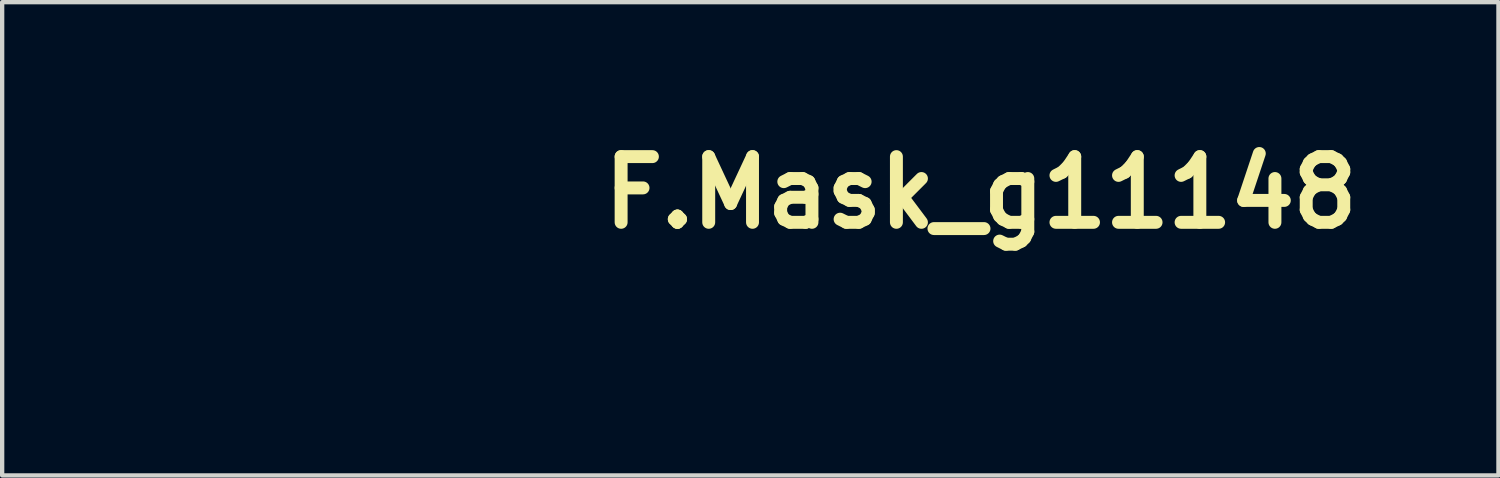
<source format=kicad_pcb>
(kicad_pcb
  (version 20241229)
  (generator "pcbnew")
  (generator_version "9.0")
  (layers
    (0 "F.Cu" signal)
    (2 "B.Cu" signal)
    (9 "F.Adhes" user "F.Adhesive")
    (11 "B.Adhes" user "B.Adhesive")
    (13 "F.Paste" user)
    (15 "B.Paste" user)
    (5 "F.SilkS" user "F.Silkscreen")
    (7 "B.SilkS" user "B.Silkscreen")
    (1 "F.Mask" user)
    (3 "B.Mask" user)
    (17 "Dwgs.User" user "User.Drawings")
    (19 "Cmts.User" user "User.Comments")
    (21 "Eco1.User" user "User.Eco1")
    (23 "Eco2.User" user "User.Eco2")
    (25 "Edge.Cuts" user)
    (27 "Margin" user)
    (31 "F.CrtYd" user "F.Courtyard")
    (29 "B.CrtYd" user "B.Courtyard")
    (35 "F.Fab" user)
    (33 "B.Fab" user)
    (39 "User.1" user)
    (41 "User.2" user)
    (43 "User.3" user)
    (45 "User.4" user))
  (footprint "F.Mask_g11148"
    (layer "F.Cu")
    (at 19.705 1.418)
    (property "Reference" "F.Mask_g11148" (at 0 0 0) (layer "F.SilkS") (effects (font (size 1.524 1.524) (thickness 0.3))))
    (attr through_hole)
    (fp_poly (pts (xy -19.504 -0.099) (xy -19.453 -0.064) (xy -19.381 0.006) (xy -19.35 0.07) (xy -19.361 0.13) (xy -19.413 0.188) (xy -19.438 0.206) (xy -19.522 0.247) (xy -19.596 0.246) (xy -19.66 0.205) (xy -19.66 0.205) (xy -19.699 0.135) (xy -19.7 0.052) (xy -19.665 -0.035) (xy -19.617 -0.096) (xy -19.565 -0.117) (xy -19.504 -0.099)) (stroke (width 0.01) (type solid)) (fill yes) (layer "F.Mask"))
    (fp_poly (pts (xy -18.969 0.097) (xy -18.935 0.167) (xy -18.931 0.183) (xy -18.928 0.23) (xy -18.945 0.272) (xy -18.988 0.325) (xy -18.99 0.326) (xy -19.067 0.39) (xy -19.143 0.416) (xy -19.213 0.403) (xy -19.239 0.387) (xy -19.289 0.346) (xy -19.251 0.231) (xy -19.226 0.156) (xy -19.203 0.111) (xy -19.175 0.085) (xy -19.133 0.071) (xy -19.105 0.064) (xy -19.026 0.062) (xy -18.969 0.097)) (stroke (width 0.01) (type solid)) (fill yes) (layer "F.Mask"))
    (fp_poly (pts (xy -18.39 -0.071) (xy -18.343 -0.053) (xy -18.321 -0.022) (xy -18.313 0.03) (xy -18.313 0.123) (xy -18.333 0.188) (xy -18.379 0.237) (xy -18.402 0.252) (xy -18.457 0.284) (xy -18.495 0.293) (xy -18.531 0.283) (xy -18.553 0.272) (xy -18.619 0.222) (xy -18.645 0.164) (xy -18.63 0.099) (xy -18.575 0.023) (xy -18.554 0.001) (xy -18.5 -0.049) (xy -18.463 -0.075) (xy -18.43 -0.08) (xy -18.39 -0.071)) (stroke (width 0.01) (type solid)) (fill yes) (layer "F.Mask"))
    (fp_poly (pts (xy -19.119 -0.412) (xy -19.1 -0.398) (xy -19.09 -0.356) (xy -19.089 -0.288) (xy -19.095 -0.211) (xy -19.108 -0.14) (xy -19.125 -0.092) (xy -19.126 -0.09) (xy -19.174 -0.05) (xy -19.237 -0.043) (xy -19.305 -0.07) (xy -19.348 -0.104) (xy -19.387 -0.151) (xy -19.408 -0.19) (xy -19.41 -0.198) (xy -19.397 -0.245) (xy -19.365 -0.306) (xy -19.324 -0.363) (xy -19.286 -0.4) (xy -19.282 -0.403) (xy -19.229 -0.419) (xy -19.168 -0.422) (xy -19.119 -0.412)) (stroke (width 0.01) (type solid)) (fill yes) (layer "F.Mask"))
    (fp_poly (pts (xy -18.708 -0.384) (xy -18.664 -0.34) (xy -18.627 -0.283) (xy -18.607 -0.227) (xy -18.605 -0.214) (xy -18.625 -0.149) (xy -18.679 -0.089) (xy -18.759 -0.044) (xy -18.76 -0.044) (xy -18.824 -0.024) (xy -18.869 -0.027) (xy -18.916 -0.053) (xy -18.917 -0.053) (xy -18.963 -0.105) (xy -18.991 -0.172) (xy -18.995 -0.239) (xy -18.982 -0.274) (xy -18.944 -0.312) (xy -18.882 -0.353) (xy -18.814 -0.386) (xy -18.756 -0.402) (xy -18.749 -0.402) (xy -18.708 -0.384)) (stroke (width 0.01) (type solid)) (fill yes) (layer "F.Mask"))
    (fp_poly (pts (xy 1.594 0.198) (xy 1.6 0.2) (xy 1.658 0.214) (xy 1.643 0.595) (xy 1.636 0.777) (xy 1.629 0.92) (xy 1.622 1.03) (xy 1.615 1.111) (xy 1.606 1.166) (xy 1.595 1.201) (xy 1.581 1.22) (xy 1.565 1.227) (xy 1.557 1.228) (xy 1.506 1.216) (xy 1.462 1.193) (xy 1.412 1.158) (xy 1.427 0.81) (xy 1.436 0.626) (xy 1.447 0.481) (xy 1.459 0.37) (xy 1.475 0.29) (xy 1.495 0.236) (xy 1.521 0.206) (xy 1.554 0.194) (xy 1.594 0.198)) (stroke (width 0.01) (type solid)) (fill yes) (layer "F.Mask"))
    (fp_poly (pts (xy -4.343 0.002) (xy -4.314 0.017) (xy -4.303 0.041) (xy -4.306 0.086) (xy -4.311 0.122) (xy -4.318 0.186) (xy -4.324 0.278) (xy -4.327 0.384) (xy -4.327 0.455) (xy -4.324 0.572) (xy -4.316 0.671) (xy -4.299 0.769) (xy -4.272 0.882) (xy -4.257 0.939) (xy -4.231 1.038) (xy -4.212 1.123) (xy -4.201 1.187) (xy -4.199 1.219) (xy -4.199 1.219) (xy -4.225 1.235) (xy -4.278 1.245) (xy -4.343 1.248) (xy -4.405 1.244) (xy -4.44 1.235) (xy -4.448 1.222) (xy -4.454 1.187) (xy -4.459 1.127) (xy -4.463 1.039) (xy -4.465 0.918) (xy -4.466 0.76) (xy -4.466 0.623) (xy -4.466 0.447) (xy -4.465 0.309) (xy -4.464 0.203) (xy -4.461 0.126) (xy -4.457 0.073) (xy -4.451 0.038) (xy -4.444 0.017) (xy -4.434 0.006) (xy -4.429 0.003) (xy -4.377 -0.005) (xy -4.343 0.002)) (stroke (width 0.01) (type solid)) (fill yes) (layer "F.Mask"))
    (fp_poly (pts (xy 1.023 0.258) (xy 1.097 0.261) (xy 1.148 0.267) (xy 1.181 0.277) (xy 1.199 0.286) (xy 1.239 0.326) (xy 1.247 0.366) (xy 1.228 0.391) (xy 1.197 0.402) (xy 1.138 0.414) (xy 1.085 0.424) (xy 1.019 0.436) (xy 0.97 0.452) (xy 0.935 0.477) (xy 0.912 0.518) (xy 0.898 0.58) (xy 0.892 0.669) (xy 0.889 0.791) (xy 0.889 0.891) (xy 0.889 1.249) (xy 0.839 1.249) (xy 0.787 1.235) (xy 0.759 1.214) (xy 0.747 1.185) (xy 0.737 1.13) (xy 0.73 1.045) (xy 0.725 0.924) (xy 0.724 0.845) (xy 0.72 0.711) (xy 0.715 0.612) (xy 0.705 0.541) (xy 0.687 0.493) (xy 0.658 0.461) (xy 0.616 0.438) (xy 0.556 0.416) (xy 0.527 0.407) (xy 0.461 0.383) (xy 0.426 0.361) (xy 0.414 0.334) (xy 0.413 0.318) (xy 0.413 0.265) (xy 0.781 0.259) (xy 0.92 0.257) (xy 1.023 0.258)) (stroke (width 0.01) (type solid)) (fill yes) (layer "F.Mask"))
    (fp_poly (pts (xy -11.885 0.255) (xy -11.78 0.257) (xy -11.704 0.261) (xy -11.653 0.268) (xy -11.62 0.278) (xy -11.604 0.287) (xy -11.566 0.328) (xy -11.559 0.368) (xy -11.578 0.391) (xy -11.609 0.402) (xy -11.667 0.414) (xy -11.721 0.424) (xy -11.787 0.436) (xy -11.836 0.452) (xy -11.871 0.477) (xy -11.894 0.518) (xy -11.908 0.58) (xy -11.914 0.669) (xy -11.917 0.791) (xy -11.917 0.891) (xy -11.917 1.249) (xy -11.969 1.249) (xy -12.021 1.231) (xy -12.053 1.202) (xy -12.067 1.174) (xy -12.076 1.131) (xy -12.082 1.066) (xy -12.085 0.972) (xy -12.086 0.843) (xy -12.086 0.838) (xy -12.087 0.704) (xy -12.091 0.605) (xy -12.101 0.536) (xy -12.12 0.488) (xy -12.152 0.456) (xy -12.198 0.434) (xy -12.262 0.413) (xy -12.27 0.411) (xy -12.349 0.379) (xy -12.401 0.34) (xy -12.421 0.298) (xy -12.414 0.275) (xy -12.389 0.267) (xy -12.327 0.261) (xy -12.233 0.257) (xy -12.112 0.254) (xy -12.026 0.254) (xy -11.885 0.255)) (stroke (width 0.01) (type solid)) (fill yes) (layer "F.Mask"))
    (fp_poly (pts (xy 2.671 0.314) (xy 2.715 0.337) (xy 2.747 0.369) (xy 2.752 0.385) (xy 2.743 0.413) (xy 2.718 0.471) (xy 2.681 0.553) (xy 2.635 0.652) (xy 2.584 0.76) (xy 2.531 0.87) (xy 2.479 0.976) (xy 2.431 1.071) (xy 2.392 1.147) (xy 2.364 1.197) (xy 2.354 1.212) (xy 2.321 1.243) (xy 2.292 1.244) (xy 2.273 1.233) (xy 2.254 1.209) (xy 2.218 1.154) (xy 2.17 1.076) (xy 2.113 0.981) (xy 2.051 0.875) (xy 1.988 0.765) (xy 1.928 0.659) (xy 1.875 0.562) (xy 1.832 0.481) (xy 1.803 0.424) (xy 1.793 0.397) (xy 1.805 0.352) (xy 1.824 0.332) (xy 1.852 0.322) (xy 1.88 0.33) (xy 1.913 0.361) (xy 1.956 0.421) (xy 2.012 0.513) (xy 2.024 0.533) (xy 2.097 0.653) (xy 2.155 0.737) (xy 2.203 0.792) (xy 2.245 0.819) (xy 2.274 0.826) (xy 2.306 0.821) (xy 2.336 0.803) (xy 2.368 0.767) (xy 2.406 0.706) (xy 2.454 0.617) (xy 2.494 0.537) (xy 2.54 0.45) (xy 2.581 0.378) (xy 2.614 0.329) (xy 2.632 0.311) (xy 2.671 0.314)) (stroke (width 0.01) (type solid)) (fill yes) (layer "F.Mask"))
    (fp_poly (pts (xy -8.623 0.212) (xy -8.547 0.215) (xy -8.496 0.222) (xy -8.48 0.229) (xy -8.477 0.257) (xy -8.508 0.28) (xy -8.576 0.302) (xy -8.666 0.319) (xy -8.774 0.341) (xy -8.847 0.369) (xy -8.889 0.408) (xy -8.908 0.462) (xy -8.911 0.505) (xy -8.904 0.567) (xy -8.878 0.612) (xy -8.825 0.647) (xy -8.744 0.679) (xy -8.688 0.704) (xy -8.652 0.73) (xy -8.647 0.742) (xy -8.666 0.764) (xy -8.716 0.789) (xy -8.757 0.803) (xy -8.824 0.826) (xy -8.876 0.85) (xy -8.893 0.862) (xy -8.908 0.894) (xy -8.924 0.957) (xy -8.938 1.038) (xy -8.941 1.062) (xy -8.957 1.159) (xy -8.974 1.218) (xy -8.996 1.241) (xy -9.023 1.232) (xy -9.043 1.212) (xy -9.055 1.193) (xy -9.063 1.161) (xy -9.07 1.111) (xy -9.075 1.038) (xy -9.079 0.935) (xy -9.082 0.798) (xy -9.083 0.72) (xy -9.085 0.584) (xy -9.084 0.462) (xy -9.083 0.36) (xy -9.079 0.285) (xy -9.075 0.244) (xy -9.073 0.238) (xy -9.048 0.229) (xy -8.989 0.221) (xy -8.908 0.215) (xy -8.813 0.212) (xy -8.715 0.21) (xy -8.623 0.212)) (stroke (width 0.01) (type solid)) (fill yes) (layer "F.Mask"))
    (fp_poly (pts (xy -3.426 0.26) (xy -3.334 0.264) (xy -3.272 0.27) (xy -3.252 0.274) (xy -3.206 0.304) (xy -3.195 0.341) (xy -3.216 0.377) (xy -3.263 0.407) (xy -3.331 0.422) (xy -3.355 0.423) (xy -3.438 0.439) (xy -3.504 0.482) (xy -3.533 0.522) (xy -3.542 0.564) (xy -3.549 0.642) (xy -3.554 0.75) (xy -3.556 0.881) (xy -3.556 0.911) (xy -3.556 1.038) (xy -3.558 1.129) (xy -3.561 1.189) (xy -3.567 1.225) (xy -3.576 1.243) (xy -3.589 1.248) (xy -3.593 1.249) (xy -3.641 1.239) (xy -3.657 1.231) (xy -3.684 1.198) (xy -3.704 1.135) (xy -3.717 1.04) (xy -3.724 0.909) (xy -3.725 0.789) (xy -3.726 0.675) (xy -3.728 0.595) (xy -3.733 0.541) (xy -3.742 0.507) (xy -3.756 0.483) (xy -3.771 0.467) (xy -3.825 0.433) (xy -3.89 0.411) (xy -3.893 0.41) (xy -3.978 0.389) (xy -4.025 0.361) (xy -4.04 0.323) (xy -4.039 0.311) (xy -4.035 0.294) (xy -4.025 0.282) (xy -4.003 0.273) (xy -3.962 0.267) (xy -3.897 0.264) (xy -3.802 0.261) (xy -3.67 0.259) (xy -3.67 0.259) (xy -3.541 0.258) (xy -3.426 0.26)) (stroke (width 0.01) (type solid)) (fill yes) (layer "F.Mask"))
    (fp_poly (pts (xy -2.562 0.241) (xy -2.482 0.252) (xy -2.424 0.268) (xy -2.395 0.289) (xy -2.4 0.312) (xy -2.427 0.321) (xy -2.486 0.33) (xy -2.564 0.338) (xy -2.587 0.34) (xy -2.675 0.348) (xy -2.732 0.359) (xy -2.77 0.375) (xy -2.8 0.402) (xy -2.808 0.41) (xy -2.849 0.485) (xy -2.852 0.562) (xy -2.82 0.633) (xy -2.758 0.69) (xy -2.687 0.72) (xy -2.626 0.745) (xy -2.607 0.773) (xy -2.629 0.803) (xy -2.683 0.827) (xy -2.774 0.869) (xy -2.826 0.924) (xy -2.838 0.992) (xy -2.815 1.059) (xy -2.775 1.094) (xy -2.704 1.123) (xy -2.614 1.14) (xy -2.551 1.143) (xy -2.476 1.15) (xy -2.43 1.168) (xy -2.418 1.195) (xy -2.422 1.204) (xy -2.449 1.215) (xy -2.507 1.222) (xy -2.587 1.227) (xy -2.679 1.229) (xy -2.774 1.228) (xy -2.862 1.224) (xy -2.933 1.218) (xy -2.978 1.208) (xy -2.988 1.201) (xy -2.99 1.173) (xy -2.992 1.109) (xy -2.994 1.016) (xy -2.995 0.9) (xy -2.995 0.769) (xy -2.995 0.72) (xy -2.995 0.265) (xy -2.868 0.248) (xy -2.762 0.238) (xy -2.658 0.236) (xy -2.562 0.241)) (stroke (width 0.01) (type solid)) (fill yes) (layer "F.Mask"))
    (fp_poly (pts (xy -13.195 0.213) (xy -13.161 0.248) (xy -13.117 0.313) (xy -13.07 0.397) (xy -13.012 0.502) (xy -12.968 0.574) (xy -12.933 0.62) (xy -12.901 0.645) (xy -12.868 0.655) (xy -12.847 0.656) (xy -12.799 0.648) (xy -12.766 0.621) (xy -12.744 0.568) (xy -12.729 0.482) (xy -12.724 0.418) (xy -12.717 0.332) (xy -12.709 0.281) (xy -12.698 0.254) (xy -12.679 0.245) (xy -12.658 0.243) (xy -12.605 0.243) (xy -12.61 0.738) (xy -12.613 0.927) (xy -12.617 1.074) (xy -12.624 1.179) (xy -12.632 1.242) (xy -12.639 1.262) (xy -12.683 1.289) (xy -12.735 1.276) (xy -12.792 1.224) (xy -12.8 1.214) (xy -12.872 1.122) (xy -12.926 1.059) (xy -12.968 1.02) (xy -13.002 1.001) (xy -13.035 0.995) (xy -13.038 0.995) (xy -13.092 1.005) (xy -13.128 1.039) (xy -13.15 1.104) (xy -13.158 1.15) (xy -13.167 1.213) (xy -13.178 1.241) (xy -13.198 1.243) (xy -13.231 1.227) (xy -13.244 1.217) (xy -13.254 1.202) (xy -13.262 1.174) (xy -13.266 1.129) (xy -13.269 1.061) (xy -13.271 0.965) (xy -13.271 0.835) (xy -13.271 0.749) (xy -13.27 0.563) (xy -13.265 0.418) (xy -13.257 0.312) (xy -13.243 0.244) (xy -13.222 0.211) (xy -13.195 0.213)) (stroke (width 0.01) (type solid)) (fill yes) (layer "F.Mask"))
    (fp_poly (pts (xy -7.225 2.209) (xy -7.101 2.212) (xy -6.941 2.219) (xy -6.819 2.226) (xy -6.729 2.237) (xy -6.668 2.251) (xy -6.629 2.269) (xy -6.61 2.294) (xy -6.604 2.326) (xy -6.604 2.328) (xy -6.617 2.367) (xy -6.658 2.395) (xy -6.734 2.416) (xy -6.796 2.425) (xy -6.904 2.447) (xy -6.988 2.48) (xy -7.039 2.52) (xy -7.042 2.524) (xy -7.047 2.552) (xy -7.053 2.616) (xy -7.059 2.71) (xy -7.064 2.826) (xy -7.068 2.959) (xy -7.07 3.027) (xy -7.073 3.186) (xy -7.077 3.308) (xy -7.083 3.397) (xy -7.091 3.457) (xy -7.102 3.492) (xy -7.119 3.509) (xy -7.141 3.51) (xy -7.171 3.5) (xy -7.19 3.493) (xy -7.22 3.476) (xy -7.243 3.452) (xy -7.26 3.415) (xy -7.27 3.358) (xy -7.277 3.276) (xy -7.28 3.164) (xy -7.281 3.016) (xy -7.281 2.995) (xy -7.282 2.844) (xy -7.285 2.73) (xy -7.29 2.647) (xy -7.297 2.589) (xy -7.308 2.551) (xy -7.312 2.542) (xy -7.366 2.481) (xy -7.453 2.433) (xy -7.558 2.405) (xy -7.644 2.379) (xy -7.694 2.335) (xy -7.71 2.287) (xy -7.709 2.255) (xy -7.691 2.236) (xy -7.646 2.224) (xy -7.609 2.217) (xy -7.554 2.212) (xy -7.466 2.209) (xy -7.353 2.208) (xy -7.225 2.209)) (stroke (width 0.01) (type solid)) (fill yes) (layer "F.Mask"))
    (fp_poly (pts (xy -1.298 0.234) (xy -1.264 0.271) (xy -1.22 0.339) (xy -1.165 0.434) (xy -1.113 0.526) (xy -1.074 0.588) (xy -1.045 0.625) (xy -1.018 0.644) (xy -0.989 0.651) (xy -0.983 0.652) (xy -0.925 0.648) (xy -0.885 0.622) (xy -0.86 0.566) (xy -0.846 0.477) (xy -0.842 0.412) (xy -0.839 0.328) (xy -0.833 0.278) (xy -0.822 0.252) (xy -0.803 0.241) (xy -0.775 0.236) (xy -0.714 0.23) (xy -0.723 0.741) (xy -0.727 0.906) (xy -0.73 1.034) (xy -0.735 1.129) (xy -0.74 1.196) (xy -0.747 1.239) (xy -0.756 1.263) (xy -0.763 1.271) (xy -0.812 1.289) (xy -0.864 1.274) (xy -0.871 1.269) (xy -0.902 1.24) (xy -0.941 1.188) (xy -0.961 1.155) (xy -1.026 1.067) (xy -1.092 1.014) (xy -1.155 0.994) (xy -1.21 1.009) (xy -1.251 1.059) (xy -1.273 1.142) (xy -1.274 1.152) (xy -1.287 1.217) (xy -1.313 1.243) (xy -1.35 1.228) (xy -1.363 1.217) (xy -1.377 1.195) (xy -1.387 1.159) (xy -1.393 1.103) (xy -1.395 1.018) (xy -1.395 0.914) (xy -1.392 0.785) (xy -1.388 0.645) (xy -1.383 0.515) (xy -1.379 0.434) (xy -1.372 0.337) (xy -1.365 0.275) (xy -1.355 0.241) (xy -1.342 0.225) (xy -1.324 0.222) (xy -1.298 0.234)) (stroke (width 0.01) (type solid)) (fill yes) (layer "F.Mask"))
    (fp_poly (pts (xy -13.616 0.238) (xy -13.538 0.25) (xy -13.495 0.271) (xy -13.487 0.293) (xy -13.5 0.312) (xy -13.532 0.325) (xy -13.594 0.334) (xy -13.657 0.34) (xy -13.748 0.349) (xy -13.809 0.362) (xy -13.851 0.383) (xy -13.874 0.402) (xy -13.92 0.47) (xy -13.929 0.548) (xy -13.901 0.622) (xy -13.863 0.665) (xy -13.812 0.7) (xy -13.768 0.719) (xy -13.761 0.72) (xy -13.718 0.733) (xy -13.683 0.763) (xy -13.674 0.786) (xy -13.692 0.801) (xy -13.737 0.821) (xy -13.753 0.827) (xy -13.839 0.863) (xy -13.888 0.91) (xy -13.906 0.972) (xy -13.906 0.987) (xy -13.895 1.045) (xy -13.858 1.087) (xy -13.79 1.117) (xy -13.687 1.136) (xy -13.655 1.14) (xy -13.565 1.151) (xy -13.511 1.163) (xy -13.488 1.178) (xy -13.489 1.198) (xy -13.493 1.205) (xy -13.517 1.213) (xy -13.574 1.22) (xy -13.652 1.224) (xy -13.744 1.227) (xy -13.838 1.228) (xy -13.926 1.227) (xy -13.998 1.223) (xy -14.045 1.218) (xy -14.057 1.212) (xy -14.059 1.186) (xy -14.06 1.126) (xy -14.062 1.037) (xy -14.063 0.927) (xy -14.065 0.815) (xy -14.067 0.689) (xy -14.07 0.574) (xy -14.075 0.479) (xy -14.08 0.411) (xy -14.084 0.381) (xy -14.09 0.329) (xy -14.072 0.292) (xy -14.025 0.267) (xy -13.943 0.25) (xy -13.861 0.242) (xy -13.725 0.235) (xy -13.616 0.238)) (stroke (width 0.01) (type solid)) (fill yes) (layer "F.Mask"))
    (fp_poly (pts (xy -12.063 2.268) (xy -11.956 2.276) (xy -11.883 2.29) (xy -11.838 2.312) (xy -11.817 2.34) (xy -11.834 2.355) (xy -11.885 2.374) (xy -11.966 2.396) (xy -12.027 2.41) (xy -12.124 2.433) (xy -12.21 2.458) (xy -12.274 2.482) (xy -12.298 2.495) (xy -12.318 2.511) (xy -12.332 2.53) (xy -12.342 2.558) (xy -12.348 2.603) (xy -12.352 2.671) (xy -12.355 2.769) (xy -12.357 2.866) (xy -12.362 3.198) (xy -12.303 3.257) (xy -12.27 3.287) (xy -12.233 3.306) (xy -12.181 3.318) (xy -12.104 3.328) (xy -12.055 3.332) (xy -11.945 3.343) (xy -11.869 3.356) (xy -11.822 3.374) (xy -11.795 3.4) (xy -11.784 3.427) (xy -11.787 3.473) (xy -11.814 3.505) (xy -11.842 3.511) (xy -11.87 3.508) (xy -11.932 3.504) (xy -12.021 3.499) (xy -12.127 3.493) (xy -12.181 3.49) (xy -12.321 3.481) (xy -12.424 3.471) (xy -12.494 3.454) (xy -12.539 3.428) (xy -12.563 3.387) (xy -12.571 3.327) (xy -12.568 3.244) (xy -12.564 3.186) (xy -12.559 3.093) (xy -12.552 2.972) (xy -12.546 2.837) (xy -12.54 2.702) (xy -12.538 2.667) (xy -12.533 2.551) (xy -12.526 2.448) (xy -12.518 2.366) (xy -12.51 2.314) (xy -12.506 2.302) (xy -12.494 2.287) (xy -12.47 2.276) (xy -12.428 2.27) (xy -12.361 2.266) (xy -12.262 2.265) (xy -12.207 2.265) (xy -12.063 2.268)) (stroke (width 0.01) (type solid)) (fill yes) (layer "F.Mask"))
    (fp_poly (pts (xy -10.949 0.246) (xy -10.863 0.251) (xy -10.811 0.26) (xy -10.791 0.271) (xy -10.778 0.3) (xy -10.805 0.322) (xy -10.87 0.335) (xy -10.95 0.338) (xy -11.054 0.348) (xy -11.138 0.374) (xy -11.193 0.413) (xy -11.205 0.435) (xy -11.217 0.498) (xy -11.215 0.57) (xy -11.199 0.628) (xy -11.192 0.641) (xy -11.158 0.669) (xy -11.1 0.702) (xy -11.063 0.719) (xy -11.004 0.746) (xy -10.978 0.767) (xy -10.98 0.786) (xy -10.986 0.794) (xy -11.022 0.821) (xy -11.042 0.826) (xy -11.103 0.841) (xy -11.162 0.88) (xy -11.201 0.93) (xy -11.206 0.943) (xy -11.205 1.013) (xy -11.166 1.07) (xy -11.096 1.113) (xy -10.997 1.138) (xy -10.918 1.143) (xy -10.835 1.148) (xy -10.793 1.164) (xy -10.792 1.191) (xy -10.797 1.198) (xy -10.82 1.212) (xy -10.866 1.22) (xy -10.941 1.226) (xy -11.051 1.228) (xy -11.084 1.228) (xy -11.196 1.227) (xy -11.273 1.224) (xy -11.321 1.218) (xy -11.348 1.208) (xy -11.36 1.194) (xy -11.36 1.194) (xy -11.364 1.159) (xy -11.365 1.093) (xy -11.362 1.008) (xy -11.36 0.967) (xy -11.357 0.857) (xy -11.359 0.727) (xy -11.365 0.598) (xy -11.37 0.543) (xy -11.38 0.431) (xy -11.382 0.351) (xy -11.37 0.298) (xy -11.338 0.267) (xy -11.28 0.252) (xy -11.191 0.246) (xy -11.072 0.245) (xy -10.949 0.246)) (stroke (width 0.01) (type solid)) (fill yes) (layer "F.Mask"))
    (fp_poly (pts (xy 3.381 0.238) (xy 3.459 0.25) (xy 3.502 0.271) (xy 3.509 0.293) (xy 3.497 0.312) (xy 3.464 0.325) (xy 3.403 0.334) (xy 3.339 0.34) (xy 3.249 0.349) (xy 3.188 0.362) (xy 3.146 0.383) (xy 3.123 0.402) (xy 3.076 0.47) (xy 3.068 0.548) (xy 3.096 0.622) (xy 3.134 0.665) (xy 3.185 0.7) (xy 3.228 0.719) (xy 3.236 0.72) (xy 3.279 0.733) (xy 3.314 0.763) (xy 3.323 0.786) (xy 3.305 0.801) (xy 3.26 0.821) (xy 3.244 0.827) (xy 3.158 0.863) (xy 3.109 0.91) (xy 3.091 0.972) (xy 3.09 0.987) (xy 3.102 1.045) (xy 3.139 1.087) (xy 3.206 1.117) (xy 3.31 1.136) (xy 3.342 1.14) (xy 3.432 1.151) (xy 3.485 1.163) (xy 3.509 1.178) (xy 3.508 1.198) (xy 3.504 1.205) (xy 3.479 1.213) (xy 3.423 1.22) (xy 3.344 1.224) (xy 3.253 1.227) (xy 3.159 1.228) (xy 3.071 1.227) (xy 2.999 1.223) (xy 2.952 1.218) (xy 2.94 1.212) (xy 2.938 1.187) (xy 2.937 1.126) (xy 2.936 1.037) (xy 2.934 0.926) (xy 2.933 0.804) (xy 2.931 0.677) (xy 2.927 0.562) (xy 2.923 0.468) (xy 2.919 0.4) (xy 2.914 0.369) (xy 2.908 0.322) (xy 2.93 0.288) (xy 2.983 0.264) (xy 3.071 0.248) (xy 3.136 0.242) (xy 3.272 0.235) (xy 3.381 0.238)) (stroke (width 0.01) (type solid)) (fill yes) (layer "F.Mask"))
    (fp_poly (pts (xy -10.052 0.381) (xy -10.045 0.428) (xy -10.039 0.502) (xy -10.035 0.588) (xy -10.035 0.598) (xy -10.033 0.761) (xy -10.118 0.815) (xy -10.173 0.859) (xy -10.201 0.9) (xy -10.202 0.909) (xy -10.188 0.942) (xy -10.15 0.993) (xy -10.094 1.055) (xy -10.073 1.077) (xy -10.001 1.153) (xy -9.963 1.208) (xy -9.957 1.244) (xy -9.981 1.263) (xy -10.007 1.255) (xy -10.059 1.229) (xy -10.128 1.191) (xy -10.155 1.174) (xy -10.26 1.115) (xy -10.339 1.085) (xy -10.396 1.085) (xy -10.436 1.114) (xy -10.463 1.173) (xy -10.468 1.192) (xy -10.49 1.237) (xy -10.517 1.244) (xy -10.533 1.234) (xy -10.545 1.206) (xy -10.554 1.153) (xy -10.562 1.067) (xy -10.565 1.016) (xy -10.575 0.816) (xy -10.58 0.65) (xy -10.58 0.593) (xy -10.456 0.593) (xy -10.445 0.649) (xy -10.423 0.686) (xy -10.375 0.71) (xy -10.306 0.719) (xy -10.236 0.711) (xy -10.201 0.698) (xy -10.17 0.66) (xy -10.16 0.602) (xy -10.173 0.541) (xy -10.195 0.504) (xy -10.245 0.476) (xy -10.314 0.466) (xy -10.381 0.476) (xy -10.423 0.499) (xy -10.448 0.544) (xy -10.456 0.593) (xy -10.58 0.593) (xy -10.58 0.52) (xy -10.574 0.428) (xy -10.564 0.375) (xy -10.557 0.365) (xy -10.526 0.355) (xy -10.462 0.347) (xy -10.377 0.339) (xy -10.299 0.336) (xy -10.067 0.328) (xy -10.052 0.381)) (stroke (width 0.01) (type solid)) (fill yes) (layer "F.Mask"))
    (fp_poly (pts (xy -6.814 0.381) (xy -6.806 0.428) (xy -6.8 0.502) (xy -6.797 0.588) (xy -6.797 0.598) (xy -6.795 0.761) (xy -6.879 0.815) (xy -6.935 0.859) (xy -6.962 0.9) (xy -6.964 0.909) (xy -6.949 0.942) (xy -6.911 0.993) (xy -6.856 1.055) (xy -6.835 1.077) (xy -6.763 1.153) (xy -6.724 1.208) (xy -6.719 1.244) (xy -6.743 1.263) (xy -6.769 1.255) (xy -6.821 1.229) (xy -6.889 1.191) (xy -6.917 1.174) (xy -7.022 1.115) (xy -7.101 1.085) (xy -7.157 1.085) (xy -7.197 1.114) (xy -7.224 1.173) (xy -7.229 1.192) (xy -7.252 1.237) (xy -7.279 1.244) (xy -7.295 1.234) (xy -7.307 1.206) (xy -7.316 1.153) (xy -7.323 1.067) (xy -7.326 1.016) (xy -7.337 0.816) (xy -7.342 0.65) (xy -7.342 0.593) (xy -7.218 0.593) (xy -7.207 0.649) (xy -7.185 0.686) (xy -7.136 0.71) (xy -7.067 0.719) (xy -6.997 0.711) (xy -6.962 0.698) (xy -6.931 0.66) (xy -6.922 0.602) (xy -6.934 0.541) (xy -6.957 0.504) (xy -7.007 0.476) (xy -7.075 0.466) (xy -7.143 0.476) (xy -7.185 0.499) (xy -7.209 0.544) (xy -7.218 0.593) (xy -7.342 0.593) (xy -7.341 0.52) (xy -7.336 0.428) (xy -7.325 0.375) (xy -7.318 0.365) (xy -7.287 0.355) (xy -7.224 0.347) (xy -7.138 0.339) (xy -7.06 0.336) (xy -6.829 0.328) (xy -6.814 0.381)) (stroke (width 0.01) (type solid)) (fill yes) (layer "F.Mask"))
    (fp_poly (pts (xy -3.463 2.197) (xy -3.367 2.2) (xy -3.291 2.205) (xy -3.244 2.213) (xy -3.235 2.218) (xy -3.214 2.251) (xy -3.229 2.277) (xy -3.282 2.296) (xy -3.374 2.309) (xy -3.425 2.313) (xy -3.556 2.327) (xy -3.652 2.35) (xy -3.719 2.385) (xy -3.764 2.436) (xy -3.782 2.471) (xy -3.804 2.57) (xy -3.787 2.659) (xy -3.731 2.735) (xy -3.639 2.795) (xy -3.584 2.816) (xy -3.511 2.847) (xy -3.479 2.876) (xy -3.489 2.906) (xy -3.541 2.938) (xy -3.598 2.961) (xy -3.697 3.006) (xy -3.758 3.057) (xy -3.783 3.118) (xy -3.776 3.191) (xy -3.748 3.256) (xy -3.695 3.303) (xy -3.613 3.337) (xy -3.497 3.358) (xy -3.443 3.364) (xy -3.338 3.375) (xy -3.271 3.387) (xy -3.237 3.402) (xy -3.23 3.421) (xy -3.248 3.448) (xy -3.251 3.452) (xy -3.268 3.468) (xy -3.293 3.478) (xy -3.332 3.486) (xy -3.392 3.49) (xy -3.48 3.492) (xy -3.603 3.492) (xy -3.621 3.493) (xy -3.955 3.493) (xy -3.972 3.44) (xy -3.978 3.398) (xy -3.981 3.325) (xy -3.98 3.231) (xy -3.977 3.138) (xy -3.973 3.015) (xy -3.973 2.883) (xy -3.977 2.761) (xy -3.982 2.699) (xy -3.995 2.522) (xy -4 2.387) (xy -3.994 2.291) (xy -3.98 2.236) (xy -3.971 2.224) (xy -3.939 2.215) (xy -3.874 2.207) (xy -3.785 2.201) (xy -3.681 2.198) (xy -3.571 2.196) (xy -3.463 2.197)) (stroke (width 0.01) (type solid)) (fill yes) (layer "F.Mask"))
    (fp_poly (pts (xy 2.025 2.264) (xy 2.123 2.27) (xy 2.205 2.28) (xy 2.26 2.295) (xy 2.266 2.297) (xy 2.308 2.324) (xy 2.328 2.345) (xy 2.328 2.346) (xy 2.309 2.357) (xy 2.257 2.374) (xy 2.18 2.394) (xy 2.112 2.409) (xy 2.015 2.432) (xy 1.929 2.457) (xy 1.865 2.481) (xy 1.842 2.494) (xy 1.822 2.511) (xy 1.807 2.53) (xy 1.797 2.559) (xy 1.791 2.604) (xy 1.787 2.673) (xy 1.784 2.772) (xy 1.783 2.86) (xy 1.781 3.001) (xy 1.784 3.106) (xy 1.791 3.181) (xy 1.805 3.232) (xy 1.826 3.267) (xy 1.856 3.29) (xy 1.872 3.297) (xy 1.914 3.309) (xy 1.985 3.321) (xy 2.072 3.331) (xy 2.101 3.334) (xy 2.217 3.349) (xy 2.294 3.372) (xy 2.337 3.405) (xy 2.348 3.45) (xy 2.346 3.464) (xy 2.341 3.482) (xy 2.33 3.494) (xy 2.308 3.501) (xy 2.268 3.504) (xy 2.205 3.504) (xy 2.112 3.499) (xy 1.985 3.492) (xy 1.947 3.49) (xy 1.812 3.481) (xy 1.713 3.47) (xy 1.645 3.453) (xy 1.602 3.428) (xy 1.578 3.39) (xy 1.569 3.337) (xy 1.568 3.265) (xy 1.568 3.263) (xy 1.571 3.084) (xy 1.577 2.911) (xy 1.584 2.749) (xy 1.592 2.604) (xy 1.601 2.481) (xy 1.611 2.385) (xy 1.62 2.322) (xy 1.628 2.298) (xy 1.662 2.283) (xy 1.729 2.272) (xy 1.818 2.265) (xy 1.92 2.262) (xy 2.025 2.264)) (stroke (width 0.01) (type solid)) (fill yes) (layer "F.Mask"))
    (fp_poly (pts (xy -1.095 2.198) (xy -1.033 2.202) (xy -0.992 2.209) (xy -0.968 2.221) (xy -0.96 2.227) (xy -0.937 2.264) (xy -0.954 2.29) (xy -1.012 2.304) (xy -1.08 2.307) (xy -1.239 2.317) (xy -1.362 2.346) (xy -1.45 2.395) (xy -1.503 2.466) (xy -1.524 2.558) (xy -1.524 2.572) (xy -1.509 2.663) (xy -1.46 2.735) (xy -1.376 2.79) (xy -1.323 2.811) (xy -1.248 2.846) (xy -1.215 2.881) (xy -1.224 2.914) (xy -1.275 2.945) (xy -1.314 2.957) (xy -1.412 2.996) (xy -1.473 3.049) (xy -1.501 3.119) (xy -1.503 3.151) (xy -1.484 3.232) (xy -1.428 3.295) (xy -1.338 3.339) (xy -1.217 3.362) (xy -1.143 3.366) (xy -1.041 3.372) (xy -0.977 3.389) (xy -0.953 3.417) (xy -0.953 3.42) (xy -0.961 3.446) (xy -0.99 3.466) (xy -1.045 3.479) (xy -1.129 3.488) (xy -1.247 3.492) (xy -1.353 3.493) (xy -1.475 3.492) (xy -1.562 3.491) (xy -1.62 3.487) (xy -1.657 3.48) (xy -1.678 3.47) (xy -1.691 3.455) (xy -1.695 3.448) (xy -1.705 3.407) (xy -1.71 3.334) (xy -1.708 3.224) (xy -1.704 3.122) (xy -1.699 2.869) (xy -1.711 2.624) (xy -1.714 2.584) (xy -1.726 2.45) (xy -1.73 2.353) (xy -1.726 2.285) (xy -1.712 2.243) (xy -1.689 2.219) (xy -1.675 2.213) (xy -1.641 2.208) (xy -1.572 2.204) (xy -1.479 2.2) (xy -1.369 2.198) (xy -1.314 2.197) (xy -1.187 2.196) (xy -1.095 2.198)) (stroke (width 0.01) (type solid)) (fill yes) (layer "F.Mask"))
    (fp_poly (pts (xy -1.759 0.326) (xy -1.713 0.342) (xy -1.688 0.378) (xy -1.677 0.439) (xy -1.673 0.533) (xy -1.672 0.561) (xy -1.67 0.656) (xy -1.67 0.718) (xy -1.676 0.756) (xy -1.69 0.779) (xy -1.715 0.797) (xy -1.744 0.812) (xy -1.802 0.85) (xy -1.827 0.89) (xy -1.819 0.936) (xy -1.778 0.996) (xy -1.714 1.064) (xy -1.647 1.136) (xy -1.604 1.197) (xy -1.586 1.242) (xy -1.596 1.266) (xy -1.614 1.268) (xy -1.643 1.257) (xy -1.698 1.228) (xy -1.767 1.187) (xy -1.789 1.174) (xy -1.891 1.115) (xy -1.968 1.085) (xy -2.025 1.084) (xy -2.065 1.112) (xy -2.094 1.17) (xy -2.096 1.177) (xy -2.12 1.232) (xy -2.144 1.247) (xy -2.173 1.225) (xy -2.175 1.222) (xy -2.184 1.191) (xy -2.192 1.127) (xy -2.199 1.037) (xy -2.204 0.93) (xy -2.208 0.813) (xy -2.21 0.695) (xy -2.211 0.584) (xy -2.211 0.583) (xy -2.092 0.583) (xy -2.084 0.645) (xy -2.043 0.693) (xy -1.971 0.718) (xy -1.939 0.72) (xy -1.859 0.709) (xy -1.811 0.679) (xy -1.787 0.625) (xy -1.79 0.561) (xy -1.818 0.506) (xy -1.842 0.487) (xy -1.911 0.466) (xy -1.984 0.469) (xy -2.043 0.493) (xy -2.063 0.513) (xy -2.092 0.583) (xy -2.211 0.583) (xy -2.209 0.488) (xy -2.205 0.414) (xy -2.199 0.371) (xy -2.195 0.364) (xy -2.164 0.355) (xy -2.101 0.345) (xy -2.016 0.336) (xy -1.943 0.33) (xy -1.833 0.324) (xy -1.759 0.326)) (stroke (width 0.01) (type solid)) (fill yes) (layer "F.Mask"))
    (fp_poly (pts (xy -14.811 -0.212) (xy -14.68 -0.211) (xy -14.584 -0.209) (xy -14.515 -0.205) (xy -14.466 -0.197) (xy -14.431 -0.186) (xy -14.4 -0.171) (xy -14.399 -0.17) (xy -14.354 -0.134) (xy -14.331 -0.101) (xy -14.33 -0.096) (xy -14.334 -0.067) (xy -14.338 -0.064) (xy -14.36 -0.06) (xy -14.416 -0.049) (xy -14.497 -0.032) (xy -14.595 -0.013) (xy -14.605 -0.011) (xy -14.732 0.016) (xy -14.826 0.039) (xy -14.894 0.067) (xy -14.939 0.105) (xy -14.967 0.16) (xy -14.981 0.237) (xy -14.985 0.343) (xy -14.986 0.484) (xy -14.986 0.511) (xy -14.986 0.642) (xy -14.984 0.737) (xy -14.981 0.804) (xy -14.975 0.85) (xy -14.965 0.881) (xy -14.951 0.905) (xy -14.937 0.922) (xy -14.883 0.964) (xy -14.802 0.992) (xy -14.688 1.009) (xy -14.55 1.015) (xy -14.471 1.019) (xy -14.418 1.032) (xy -14.376 1.058) (xy -14.363 1.069) (xy -14.32 1.125) (xy -14.313 1.18) (xy -14.319 1.238) (xy -14.52 1.241) (xy -14.635 1.24) (xy -14.769 1.237) (xy -14.9 1.232) (xy -14.947 1.229) (xy -15.052 1.22) (xy -15.137 1.208) (xy -15.191 1.195) (xy -15.205 1.188) (xy -15.23 1.149) (xy -15.252 1.083) (xy -15.269 1.004) (xy -15.277 0.928) (xy -15.273 0.871) (xy -15.269 0.834) (xy -15.263 0.761) (xy -15.257 0.661) (xy -15.251 0.539) (xy -15.244 0.404) (xy -15.242 0.355) (xy -15.236 0.196) (xy -15.229 0.073) (xy -15.222 -0.017) (xy -15.213 -0.082) (xy -15.204 -0.126) (xy -15.192 -0.154) (xy -15.189 -0.158) (xy -15.154 -0.212) (xy -14.811 -0.212)) (stroke (width 0.01) (type solid)) (fill yes) (layer "F.Mask"))
    (fp_poly (pts (xy -10.15 2.185) (xy -10.104 2.244) (xy -10.046 2.338) (xy -9.992 2.434) (xy -9.922 2.558) (xy -9.866 2.647) (xy -9.819 2.706) (xy -9.777 2.738) (xy -9.735 2.747) (xy -9.69 2.737) (xy -9.679 2.733) (xy -9.632 2.705) (xy -9.599 2.663) (xy -9.579 2.599) (xy -9.57 2.507) (xy -9.567 2.402) (xy -9.567 2.309) (xy -9.564 2.25) (xy -9.557 2.216) (xy -9.543 2.199) (xy -9.52 2.19) (xy -9.514 2.189) (xy -9.476 2.18) (xy -9.448 2.18) (xy -9.427 2.193) (xy -9.413 2.223) (xy -9.405 2.276) (xy -9.4 2.357) (xy -9.399 2.471) (xy -9.399 2.619) (xy -9.401 2.846) (xy -9.406 3.045) (xy -9.414 3.214) (xy -9.424 3.35) (xy -9.437 3.452) (xy -9.451 3.515) (xy -9.464 3.537) (xy -9.528 3.555) (xy -9.593 3.535) (xy -9.624 3.508) (xy -9.661 3.463) (xy -9.707 3.4) (xy -9.733 3.362) (xy -9.782 3.297) (xy -9.832 3.241) (xy -9.856 3.219) (xy -9.929 3.182) (xy -10.002 3.18) (xy -10.064 3.208) (xy -10.105 3.264) (xy -10.118 3.328) (xy -10.126 3.419) (xy -10.15 3.475) (xy -10.185 3.494) (xy -10.231 3.474) (xy -10.255 3.451) (xy -10.266 3.436) (xy -10.274 3.416) (xy -10.28 3.385) (xy -10.284 3.34) (xy -10.286 3.274) (xy -10.285 3.183) (xy -10.283 3.062) (xy -10.279 2.905) (xy -10.277 2.821) (xy -10.272 2.666) (xy -10.266 2.523) (xy -10.26 2.399) (xy -10.254 2.299) (xy -10.247 2.229) (xy -10.241 2.196) (xy -10.241 2.195) (xy -10.216 2.163) (xy -10.186 2.159) (xy -10.15 2.185)) (stroke (width 0.01) (type solid)) (fill yes) (layer "F.Mask"))
    (fp_poly (pts (xy -10.725 2.203) (xy -10.665 2.209) (xy -10.654 2.211) (xy -10.602 2.224) (xy -10.608 2.836) (xy -10.611 3.017) (xy -10.615 3.172) (xy -10.62 3.299) (xy -10.625 3.393) (xy -10.631 3.45) (xy -10.636 3.468) (xy -10.663 3.475) (xy -10.726 3.483) (xy -10.816 3.49) (xy -10.928 3.497) (xy -11.05 3.503) (xy -11.193 3.508) (xy -11.3 3.51) (xy -11.375 3.509) (xy -11.425 3.505) (xy -11.453 3.498) (xy -11.465 3.489) (xy -11.473 3.459) (xy -11.481 3.389) (xy -11.488 3.282) (xy -11.494 3.141) (xy -11.5 2.968) (xy -11.503 2.865) (xy -11.504 2.831) (xy -11.367 2.831) (xy -11.365 2.973) (xy -11.361 3.079) (xy -11.352 3.155) (xy -11.335 3.208) (xy -11.31 3.242) (xy -11.275 3.265) (xy -11.233 3.28) (xy -11.154 3.292) (xy -11.061 3.29) (xy -10.973 3.275) (xy -10.909 3.249) (xy -10.862 3.213) (xy -10.828 3.172) (xy -10.804 3.117) (xy -10.79 3.041) (xy -10.781 2.936) (xy -10.777 2.827) (xy -10.776 2.69) (xy -10.779 2.588) (xy -10.79 2.515) (xy -10.811 2.462) (xy -10.842 2.423) (xy -10.884 2.392) (xy -10.975 2.359) (xy -11.081 2.353) (xy -11.188 2.373) (xy -11.281 2.417) (xy -11.316 2.446) (xy -11.335 2.466) (xy -11.349 2.489) (xy -11.358 2.521) (xy -11.363 2.57) (xy -11.366 2.642) (xy -11.366 2.744) (xy -11.367 2.831) (xy -11.504 2.831) (xy -11.518 2.268) (xy -11.469 2.24) (xy -11.432 2.231) (xy -11.362 2.222) (xy -11.266 2.214) (xy -11.155 2.208) (xy -11.037 2.203) (xy -10.92 2.201) (xy -10.813 2.201) (xy -10.725 2.203)) (stroke (width 0.01) (type solid)) (fill yes) (layer "F.Mask"))
    (fp_poly (pts (xy -0.029 0.201) (xy 0.067 0.204) (xy 0.145 0.212) (xy 0.196 0.222) (xy 0.21 0.231) (xy 0.215 0.26) (xy 0.218 0.324) (xy 0.22 0.415) (xy 0.22 0.525) (xy 0.219 0.647) (xy 0.216 0.773) (xy 0.213 0.896) (xy 0.208 1.007) (xy 0.202 1.1) (xy 0.199 1.138) (xy 0.187 1.209) (xy 0.169 1.245) (xy 0.161 1.249) (xy 0.134 1.231) (xy 0.107 1.189) (xy 0.088 1.138) (xy 0.085 1.113) (xy 0.072 1.078) (xy 0.043 1.032) (xy 0.041 1.029) (xy 0.011 0.998) (xy -0.023 0.981) (xy -0.077 0.975) (xy -0.135 0.974) (xy -0.232 0.979) (xy -0.296 0.998) (xy -0.334 1.038) (xy -0.354 1.105) (xy -0.359 1.146) (xy -0.371 1.219) (xy -0.389 1.257) (xy -0.405 1.266) (xy -0.44 1.254) (xy -0.455 1.234) (xy -0.46 1.202) (xy -0.465 1.135) (xy -0.471 1.039) (xy -0.476 0.92) (xy -0.48 0.786) (xy -0.482 0.727) (xy -0.484 0.611) (xy -0.36 0.611) (xy -0.349 0.703) (xy -0.314 0.763) (xy -0.251 0.795) (xy -0.16 0.804) (xy -0.089 0.802) (xy -0.032 0.796) (xy -0.012 0.791) (xy 0.038 0.752) (xy 0.069 0.686) (xy 0.081 0.606) (xy 0.072 0.526) (xy 0.039 0.457) (xy 0.034 0.451) (xy -0.001 0.416) (xy -0.04 0.399) (xy -0.096 0.393) (xy -0.139 0.393) (xy -0.24 0.406) (xy -0.309 0.445) (xy -0.348 0.513) (xy -0.36 0.611) (xy -0.484 0.611) (xy -0.493 0.259) (xy -0.442 0.231) (xy -0.399 0.218) (xy -0.327 0.209) (xy -0.235 0.203) (xy -0.132 0.2) (xy -0.029 0.201)) (stroke (width 0.01) (type solid)) (fill yes) (layer "F.Mask"))
    (fp_poly (pts (xy -8.9 2.201) (xy -8.894 2.206) (xy -8.885 2.23) (xy -8.878 2.284) (xy -8.873 2.371) (xy -8.87 2.494) (xy -8.869 2.655) (xy -8.869 2.68) (xy -8.868 2.818) (xy -8.865 2.943) (xy -8.861 3.05) (xy -8.856 3.131) (xy -8.85 3.179) (xy -8.848 3.185) (xy -8.804 3.241) (xy -8.725 3.279) (xy -8.613 3.299) (xy -8.542 3.302) (xy -8.43 3.296) (xy -8.353 3.275) (xy -8.304 3.238) (xy -8.278 3.188) (xy -8.269 3.147) (xy -8.254 3.072) (xy -8.235 2.97) (xy -8.214 2.85) (xy -8.192 2.719) (xy -8.19 2.709) (xy -8.168 2.581) (xy -8.147 2.466) (xy -8.128 2.371) (xy -8.112 2.304) (xy -8.101 2.27) (xy -8.1 2.269) (xy -8.06 2.246) (xy -8.01 2.252) (xy -7.969 2.282) (xy -7.957 2.307) (xy -7.953 2.346) (xy -7.95 2.418) (xy -7.95 2.518) (xy -7.95 2.637) (xy -7.952 2.769) (xy -7.955 2.907) (xy -7.958 3.043) (xy -7.963 3.171) (xy -7.968 3.283) (xy -7.973 3.373) (xy -7.979 3.433) (xy -7.983 3.455) (xy -7.993 3.467) (xy -8.01 3.476) (xy -8.041 3.483) (xy -8.091 3.487) (xy -8.165 3.49) (xy -8.267 3.492) (xy -8.404 3.492) (xy -8.497 3.493) (xy -8.656 3.492) (xy -8.778 3.491) (xy -8.868 3.489) (xy -8.933 3.485) (xy -8.978 3.479) (xy -9.009 3.471) (xy -9.03 3.46) (xy -9.04 3.453) (xy -9.088 3.414) (xy -9.066 2.834) (xy -9.06 2.68) (xy -9.053 2.539) (xy -9.046 2.416) (xy -9.04 2.318) (xy -9.034 2.249) (xy -9.029 2.218) (xy -9.029 2.217) (xy -8.996 2.188) (xy -8.947 2.182) (xy -8.9 2.201)) (stroke (width 0.01) (type solid)) (fill yes) (layer "F.Mask"))
    (fp_poly (pts (xy -7.89 0.259) (xy -7.588 0.265) (xy -7.588 0.72) (xy -7.589 0.856) (xy -7.591 0.98) (xy -7.594 1.084) (xy -7.598 1.161) (xy -7.602 1.206) (xy -7.603 1.212) (xy -7.613 1.226) (xy -7.634 1.236) (xy -7.672 1.243) (xy -7.733 1.247) (xy -7.824 1.248) (xy -7.933 1.249) (xy -8.045 1.248) (xy -8.141 1.245) (xy -8.214 1.242) (xy -8.255 1.237) (xy -8.262 1.235) (xy -8.266 1.21) (xy -8.27 1.15) (xy -8.273 1.06) (xy -8.275 0.946) (xy -8.276 0.839) (xy -8.168 0.839) (xy -8.167 0.916) (xy -8.163 0.968) (xy -8.154 1.001) (xy -8.14 1.025) (xy -8.129 1.037) (xy -8.089 1.064) (xy -8.031 1.077) (xy -7.968 1.079) (xy -7.894 1.076) (xy -7.845 1.063) (xy -7.803 1.033) (xy -7.788 1.018) (xy -7.762 0.99) (xy -7.744 0.964) (xy -7.733 0.93) (xy -7.728 0.88) (xy -7.726 0.805) (xy -7.726 0.703) (xy -7.726 0.595) (xy -7.729 0.52) (xy -7.735 0.472) (xy -7.746 0.44) (xy -7.763 0.418) (xy -7.77 0.411) (xy -7.831 0.38) (xy -7.913 0.369) (xy -8 0.376) (xy -8.077 0.401) (xy -8.1 0.415) (xy -8.125 0.435) (xy -8.142 0.456) (xy -8.152 0.486) (xy -8.159 0.533) (xy -8.163 0.606) (xy -8.165 0.712) (xy -8.166 0.727) (xy -8.168 0.839) (xy -8.276 0.839) (xy -8.276 0.816) (xy -8.276 0.759) (xy -8.276 0.608) (xy -8.275 0.493) (xy -8.273 0.41) (xy -8.269 0.353) (xy -8.264 0.316) (xy -8.255 0.294) (xy -8.244 0.281) (xy -8.234 0.275) (xy -8.194 0.266) (xy -8.118 0.26) (xy -8.011 0.258) (xy -7.89 0.259)) (stroke (width 0.01) (type solid)) (fill yes) (layer "F.Mask"))
    (fp_poly (pts (xy 1.117 2.309) (xy 1.15 2.314) (xy 1.169 2.325) (xy 1.18 2.34) (xy 1.181 2.341) (xy 1.19 2.378) (xy 1.201 2.446) (xy 1.21 2.537) (xy 1.217 2.628) (xy 1.233 2.875) (xy 1.146 2.92) (xy 1.063 2.976) (xy 1.016 3.039) (xy 1.008 3.104) (xy 1.039 3.166) (xy 1.079 3.202) (xy 1.118 3.233) (xy 1.174 3.282) (xy 1.218 3.321) (xy 1.277 3.384) (xy 1.306 3.435) (xy 1.312 3.472) (xy 1.308 3.517) (xy 1.296 3.535) (xy 1.273 3.524) (xy 1.221 3.496) (xy 1.149 3.455) (xy 1.069 3.408) (xy 0.98 3.357) (xy 0.899 3.316) (xy 0.836 3.289) (xy 0.802 3.281) (xy 0.737 3.301) (xy 0.686 3.359) (xy 0.654 3.437) (xy 0.634 3.494) (xy 0.611 3.511) (xy 0.58 3.491) (xy 0.566 3.477) (xy 0.554 3.443) (xy 0.543 3.375) (xy 0.534 3.28) (xy 0.525 3.164) (xy 0.519 3.036) (xy 0.514 2.9) (xy 0.511 2.766) (xy 0.511 2.64) (xy 0.511 2.635) (xy 0.67 2.635) (xy 0.676 2.709) (xy 0.71 2.769) (xy 0.727 2.784) (xy 0.787 2.807) (xy 0.867 2.814) (xy 0.947 2.806) (xy 1.009 2.784) (xy 1.011 2.782) (xy 1.049 2.732) (xy 1.061 2.664) (xy 1.046 2.591) (xy 1.006 2.529) (xy 1.006 2.528) (xy 0.945 2.492) (xy 0.866 2.476) (xy 0.788 2.482) (xy 0.736 2.505) (xy 0.69 2.563) (xy 0.67 2.635) (xy 0.511 2.635) (xy 0.512 2.528) (xy 0.517 2.439) (xy 0.524 2.378) (xy 0.533 2.355) (xy 0.568 2.343) (xy 0.639 2.332) (xy 0.741 2.322) (xy 0.862 2.315) (xy 0.98 2.31) (xy 1.063 2.308) (xy 1.117 2.309)) (stroke (width 0.01) (type solid)) (fill yes) (layer "F.Mask"))
    (fp_poly (pts (xy -14.55 1.715) (xy -14.429 1.718) (xy -14.337 1.723) (xy -14.27 1.733) (xy -14.22 1.748) (xy -14.182 1.77) (xy -14.149 1.799) (xy -14.133 1.815) (xy -14.115 1.84) (xy -14.113 1.86) (xy -14.132 1.879) (xy -14.177 1.896) (xy -14.251 1.916) (xy -14.361 1.94) (xy -14.433 1.955) (xy -14.601 1.993) (xy -14.729 2.03) (xy -14.819 2.067) (xy -14.872 2.104) (xy -14.888 2.128) (xy -14.892 2.159) (xy -14.896 2.225) (xy -14.898 2.32) (xy -14.9 2.437) (xy -14.901 2.568) (xy -14.901 2.602) (xy -14.901 2.75) (xy -14.9 2.862) (xy -14.898 2.944) (xy -14.893 3.001) (xy -14.886 3.041) (xy -14.877 3.069) (xy -14.863 3.09) (xy -14.857 3.098) (xy -14.822 3.138) (xy -14.782 3.167) (xy -14.731 3.187) (xy -14.659 3.201) (xy -14.559 3.211) (xy -14.473 3.217) (xy -14.34 3.228) (xy -14.243 3.244) (xy -14.174 3.268) (xy -14.128 3.303) (xy -14.097 3.35) (xy -14.087 3.374) (xy -14.076 3.415) (xy -14.075 3.448) (xy -14.09 3.472) (xy -14.125 3.49) (xy -14.181 3.5) (xy -14.264 3.505) (xy -14.378 3.503) (xy -14.525 3.498) (xy -14.71 3.487) (xy -14.76 3.484) (xy -14.902 3.475) (xy -15.006 3.467) (xy -15.081 3.46) (xy -15.131 3.451) (xy -15.162 3.441) (xy -15.181 3.428) (xy -15.189 3.419) (xy -15.227 3.347) (xy -15.25 3.252) (xy -15.259 3.13) (xy -15.252 2.978) (xy -15.232 2.79) (xy -15.229 2.773) (xy -15.218 2.67) (xy -15.209 2.539) (xy -15.202 2.395) (xy -15.199 2.252) (xy -15.198 2.205) (xy -15.197 2.065) (xy -15.194 1.96) (xy -15.188 1.885) (xy -15.179 1.83) (xy -15.166 1.791) (xy -15.164 1.786) (xy -15.129 1.714) (xy -14.707 1.714) (xy -14.55 1.715)) (stroke (width 0.01) (type solid)) (fill yes) (layer "F.Mask"))
    (fp_poly (pts (xy -0.002 2.138) (xy 0.096 2.147) (xy 0.167 2.16) (xy 0.192 2.17) (xy 0.197 2.194) (xy 0.202 2.254) (xy 0.205 2.342) (xy 0.207 2.453) (xy 0.208 2.581) (xy 0.209 2.718) (xy 0.208 2.858) (xy 0.206 2.994) (xy 0.203 3.12) (xy 0.2 3.229) (xy 0.195 3.316) (xy 0.193 3.334) (xy 0.185 3.412) (xy 0.174 3.458) (xy 0.159 3.48) (xy 0.135 3.488) (xy 0.108 3.486) (xy 0.086 3.465) (xy 0.064 3.416) (xy 0.045 3.363) (xy 0.011 3.269) (xy -0.023 3.209) (xy -0.066 3.174) (xy -0.128 3.158) (xy -0.219 3.154) (xy -0.248 3.154) (xy -0.335 3.156) (xy -0.409 3.163) (xy -0.458 3.172) (xy -0.465 3.175) (xy -0.506 3.219) (xy -0.535 3.295) (xy -0.549 3.396) (xy -0.55 3.432) (xy -0.552 3.494) (xy -0.562 3.524) (xy -0.584 3.534) (xy -0.601 3.535) (xy -0.649 3.518) (xy -0.667 3.487) (xy -0.671 3.454) (xy -0.676 3.385) (xy -0.68 3.285) (xy -0.685 3.16) (xy -0.689 3.016) (xy -0.692 2.859) (xy -0.693 2.824) (xy -0.696 2.616) (xy -0.546 2.616) (xy -0.545 2.723) (xy -0.519 2.819) (xy -0.466 2.885) (xy -0.393 2.921) (xy -0.316 2.933) (xy -0.224 2.93) (xy -0.137 2.916) (xy -0.072 2.89) (xy -0.072 2.89) (xy -0.007 2.824) (xy 0.031 2.737) (xy 0.041 2.64) (xy 0.023 2.546) (xy -0.025 2.466) (xy -0.04 2.451) (xy -0.084 2.417) (xy -0.129 2.399) (xy -0.191 2.393) (xy -0.238 2.392) (xy -0.363 2.406) (xy -0.456 2.448) (xy -0.517 2.518) (xy -0.546 2.616) (xy -0.696 2.616) (xy -0.703 2.208) (xy -0.641 2.183) (xy -0.575 2.165) (xy -0.481 2.151) (xy -0.367 2.141) (xy -0.243 2.135) (xy -0.118 2.134) (xy -0.002 2.138)) (stroke (width 0.01) (type solid)) (fill yes) (layer "F.Mask"))
    (fp_poly (pts (xy -5.069 -0.375) (xy -4.947 -0.368) (xy -4.848 -0.355) (xy -4.797 -0.34) (xy -4.736 -0.316) (xy -4.747 0.397) (xy -4.751 0.57) (xy -4.755 0.731) (xy -4.759 0.876) (xy -4.764 0.998) (xy -4.77 1.093) (xy -4.775 1.155) (xy -4.778 1.175) (xy -4.8 1.221) (xy -4.838 1.237) (xy -4.859 1.238) (xy -4.892 1.235) (xy -4.915 1.221) (xy -4.936 1.187) (xy -4.96 1.125) (xy -4.974 1.085) (xy -5.01 0.984) (xy -5.043 0.917) (xy -5.082 0.876) (xy -5.137 0.855) (xy -5.216 0.848) (xy -5.311 0.847) (xy -5.408 0.847) (xy -5.471 0.85) (xy -5.512 0.858) (xy -5.538 0.873) (xy -5.56 0.896) (xy -5.565 0.902) (xy -5.593 0.952) (xy -5.607 1.019) (xy -5.609 1.084) (xy -5.613 1.159) (xy -5.622 1.222) (xy -5.631 1.25) (xy -5.669 1.283) (xy -5.722 1.289) (xy -5.771 1.267) (xy -5.779 1.259) (xy -5.794 1.219) (xy -5.807 1.138) (xy -5.819 1.02) (xy -5.828 0.866) (xy -5.834 0.679) (xy -5.839 0.459) (xy -5.84 0.338) (xy -5.612 0.338) (xy -5.601 0.416) (xy -5.598 0.424) (xy -5.561 0.477) (xy -5.492 0.518) (xy -5.403 0.543) (xy -5.303 0.552) (xy -5.202 0.541) (xy -5.134 0.52) (xy -5.06 0.467) (xy -5.011 0.383) (xy -4.99 0.27) (xy -4.989 0.24) (xy -5.003 0.13) (xy -5.045 0.05) (xy -5.117 -0.005) (xy -5.134 -0.012) (xy -5.235 -0.038) (xy -5.341 -0.038) (xy -5.441 -0.016) (xy -5.524 0.028) (xy -5.579 0.089) (xy -5.581 0.092) (xy -5.601 0.157) (xy -5.612 0.246) (xy -5.612 0.338) (xy -5.84 0.338) (xy -5.841 0.228) (xy -5.842 -0.274) (xy -5.78 -0.306) (xy -5.712 -0.329) (xy -5.611 -0.348) (xy -5.486 -0.363) (xy -5.348 -0.372) (xy -5.206 -0.377) (xy -5.069 -0.375)) (stroke (width 0.01) (type solid)) (fill yes) (layer "F.Mask"))
    (fp_poly (pts (xy -4.55 1.761) (xy -4.516 1.767) (xy -4.502 1.774) (xy -4.474 1.814) (xy -4.452 1.882) (xy -4.436 1.981) (xy -4.425 2.116) (xy -4.419 2.289) (xy -4.419 2.297) (xy -4.413 2.614) (xy -4.539 2.681) (xy -4.628 2.733) (xy -4.684 2.779) (xy -4.712 2.827) (xy -4.72 2.881) (xy -4.714 2.911) (xy -4.692 2.948) (xy -4.65 2.996) (xy -4.584 3.06) (xy -4.514 3.124) (xy -4.435 3.196) (xy -4.368 3.259) (xy -4.318 3.308) (xy -4.292 3.336) (xy -4.29 3.338) (xy -4.281 3.376) (xy -4.279 3.435) (xy -4.28 3.456) (xy -4.289 3.511) (xy -4.31 3.541) (xy -4.347 3.546) (xy -4.406 3.525) (xy -4.491 3.478) (xy -4.54 3.448) (xy -4.701 3.35) (xy -4.831 3.276) (xy -4.934 3.225) (xy -5.014 3.198) (xy -5.076 3.194) (xy -5.123 3.212) (xy -5.16 3.254) (xy -5.19 3.317) (xy -5.217 3.398) (xy -5.246 3.475) (xy -5.281 3.511) (xy -5.325 3.508) (xy -5.382 3.468) (xy -5.384 3.466) (xy -5.436 3.418) (xy -5.468 2.277) (xy -5.197 2.277) (xy -5.183 2.36) (xy -5.146 2.421) (xy -5.097 2.463) (xy -5.036 2.486) (xy -4.951 2.491) (xy -4.9 2.489) (xy -4.823 2.48) (xy -4.773 2.464) (xy -4.735 2.434) (xy -4.723 2.421) (xy -4.687 2.349) (xy -4.682 2.264) (xy -4.707 2.179) (xy -4.748 2.122) (xy -4.813 2.082) (xy -4.901 2.059) (xy -4.995 2.055) (xy -5.078 2.074) (xy -5.143 2.121) (xy -5.183 2.193) (xy -5.197 2.277) (xy -5.468 2.277) (xy -5.478 1.894) (xy -5.431 1.846) (xy -5.413 1.829) (xy -5.39 1.817) (xy -5.357 1.806) (xy -5.307 1.798) (xy -5.234 1.791) (xy -5.133 1.784) (xy -4.997 1.775) (xy -4.959 1.773) (xy -4.806 1.765) (xy -4.69 1.76) (xy -4.606 1.759) (xy -4.55 1.761)) (stroke (width 0.01) (type solid)) (fill yes) (layer "F.Mask"))
    (fp_poly (pts (xy 2.696 2.145) (xy 2.717 2.154) (xy 2.739 2.165) (xy 2.754 2.179) (xy 2.764 2.204) (xy 2.77 2.247) (xy 2.774 2.314) (xy 2.776 2.413) (xy 2.778 2.479) (xy 2.78 2.597) (xy 2.783 2.68) (xy 2.788 2.736) (xy 2.797 2.772) (xy 2.81 2.795) (xy 2.829 2.813) (xy 2.841 2.822) (xy 2.913 2.856) (xy 3.006 2.874) (xy 3.105 2.875) (xy 3.19 2.859) (xy 3.212 2.85) (xy 3.239 2.835) (xy 3.259 2.818) (xy 3.274 2.793) (xy 3.287 2.753) (xy 3.299 2.692) (xy 3.313 2.603) (xy 3.33 2.48) (xy 3.334 2.446) (xy 3.35 2.331) (xy 3.362 2.252) (xy 3.373 2.202) (xy 3.384 2.174) (xy 3.398 2.162) (xy 3.416 2.159) (xy 3.418 2.159) (xy 3.458 2.168) (xy 3.486 2.199) (xy 3.503 2.256) (xy 3.511 2.347) (xy 3.513 2.441) (xy 3.511 2.572) (xy 3.506 2.714) (xy 3.499 2.863) (xy 3.49 3.011) (xy 3.479 3.152) (xy 3.468 3.28) (xy 3.456 3.389) (xy 3.444 3.472) (xy 3.433 3.524) (xy 3.426 3.537) (xy 3.37 3.556) (xy 3.321 3.545) (xy 3.294 3.508) (xy 3.287 3.462) (xy 3.283 3.391) (xy 3.281 3.323) (xy 3.279 3.245) (xy 3.269 3.193) (xy 3.247 3.153) (xy 3.216 3.117) (xy 3.172 3.075) (xy 3.129 3.055) (xy 3.068 3.048) (xy 3.04 3.048) (xy 2.915 3.058) (xy 2.827 3.089) (xy 2.777 3.134) (xy 2.76 3.178) (xy 2.744 3.247) (xy 2.733 3.314) (xy 2.717 3.41) (xy 2.696 3.467) (xy 2.666 3.489) (xy 2.637 3.485) (xy 2.627 3.478) (xy 2.62 3.459) (xy 2.614 3.426) (xy 2.61 3.373) (xy 2.607 3.297) (xy 2.605 3.192) (xy 2.604 3.055) (xy 2.604 2.881) (xy 2.603 2.841) (xy 2.604 2.645) (xy 2.605 2.488) (xy 2.608 2.365) (xy 2.613 2.273) (xy 2.621 2.208) (xy 2.633 2.167) (xy 2.649 2.145) (xy 2.67 2.139) (xy 2.696 2.145)) (stroke (width 0.01) (type solid)) (fill yes) (layer "F.Mask"))
    (fp_poly (pts (xy -2.391 2.204) (xy -2.242 2.213) (xy -2.133 2.229) (xy -2.064 2.25) (xy -2.034 2.278) (xy -2.032 2.288) (xy -2.036 2.302) (xy -2.052 2.313) (xy -2.086 2.32) (xy -2.144 2.325) (xy -2.233 2.329) (xy -2.341 2.332) (xy -2.462 2.335) (xy -2.547 2.339) (xy -2.605 2.344) (xy -2.642 2.352) (xy -2.667 2.365) (xy -2.685 2.383) (xy -2.69 2.389) (xy -2.721 2.455) (xy -2.73 2.537) (xy -2.715 2.613) (xy -2.709 2.626) (xy -2.683 2.66) (xy -2.643 2.686) (xy -2.582 2.705) (xy -2.494 2.719) (xy -2.373 2.729) (xy -2.336 2.731) (xy -2.234 2.739) (xy -2.148 2.746) (xy -2.085 2.754) (xy -2.055 2.761) (xy -2.055 2.761) (xy -2.046 2.787) (xy -2.039 2.847) (xy -2.034 2.93) (xy -2.032 3.027) (xy -2.033 3.13) (xy -2.036 3.228) (xy -2.042 3.314) (xy -2.051 3.377) (xy -2.054 3.39) (xy -2.076 3.443) (xy -2.102 3.477) (xy -2.107 3.479) (xy -2.137 3.484) (xy -2.203 3.489) (xy -2.296 3.495) (xy -2.41 3.501) (xy -2.535 3.506) (xy -2.676 3.51) (xy -2.78 3.513) (xy -2.854 3.512) (xy -2.904 3.509) (xy -2.935 3.502) (xy -2.953 3.493) (xy -2.96 3.486) (xy -2.978 3.432) (xy -2.974 3.388) (xy -2.96 3.323) (xy -2.686 3.323) (xy -2.542 3.321) (xy -2.433 3.313) (xy -2.355 3.297) (xy -2.301 3.272) (xy -2.265 3.236) (xy -2.245 3.198) (xy -2.228 3.125) (xy -2.23 3.042) (xy -2.248 2.967) (xy -2.275 2.923) (xy -2.301 2.907) (xy -2.342 2.897) (xy -2.409 2.893) (xy -2.504 2.895) (xy -2.633 2.894) (xy -2.749 2.885) (xy -2.845 2.869) (xy -2.913 2.848) (xy -2.939 2.829) (xy -2.951 2.795) (xy -2.959 2.728) (xy -2.965 2.64) (xy -2.968 2.541) (xy -2.967 2.441) (xy -2.963 2.35) (xy -2.957 2.279) (xy -2.946 2.239) (xy -2.944 2.236) (xy -2.927 2.222) (xy -2.898 2.213) (xy -2.85 2.207) (xy -2.776 2.203) (xy -2.671 2.202) (xy -2.581 2.201) (xy -2.391 2.204)) (stroke (width 0.01) (type solid)) (fill yes) (layer "F.Mask"))
    (fp_poly (pts (xy -13 2.203) (xy -12.952 2.206) (xy -12.922 2.213) (xy -12.905 2.223) (xy -12.894 2.238) (xy -12.889 2.246) (xy -12.882 2.281) (xy -12.877 2.351) (xy -12.874 2.448) (xy -12.873 2.567) (xy -12.874 2.699) (xy -12.876 2.839) (xy -12.88 2.98) (xy -12.885 3.115) (xy -12.891 3.236) (xy -12.899 3.339) (xy -12.907 3.415) (xy -12.915 3.458) (xy -12.919 3.464) (xy -12.95 3.475) (xy -13.016 3.485) (xy -13.106 3.493) (xy -13.214 3.5) (xy -13.331 3.504) (xy -13.447 3.507) (xy -13.554 3.506) (xy -13.645 3.503) (xy -13.711 3.497) (xy -13.741 3.489) (xy -13.752 3.477) (xy -13.761 3.456) (xy -13.767 3.422) (xy -13.772 3.37) (xy -13.776 3.295) (xy -13.778 3.192) (xy -13.78 3.057) (xy -13.782 2.885) (xy -13.782 2.872) (xy -13.783 2.777) (xy -13.652 2.777) (xy -13.652 2.833) (xy -13.651 2.974) (xy -13.645 3.079) (xy -13.634 3.155) (xy -13.616 3.207) (xy -13.589 3.242) (xy -13.55 3.265) (xy -13.525 3.276) (xy -13.444 3.291) (xy -13.346 3.291) (xy -13.252 3.276) (xy -13.178 3.248) (xy -13.172 3.244) (xy -13.13 3.209) (xy -13.1 3.163) (xy -13.079 3.098) (xy -13.067 3.009) (xy -13.061 2.889) (xy -13.06 2.786) (xy -13.06 2.67) (xy -13.062 2.589) (xy -13.067 2.534) (xy -13.076 2.496) (xy -13.09 2.467) (xy -13.112 2.439) (xy -13.114 2.437) (xy -13.185 2.379) (xy -13.278 2.355) (xy -13.396 2.362) (xy -13.432 2.369) (xy -13.523 2.399) (xy -13.587 2.445) (xy -13.599 2.458) (xy -13.62 2.485) (xy -13.634 2.512) (xy -13.644 2.546) (xy -13.649 2.597) (xy -13.652 2.671) (xy -13.652 2.777) (xy -13.783 2.777) (xy -13.783 2.698) (xy -13.783 2.56) (xy -13.783 2.455) (xy -13.78 2.378) (xy -13.776 2.324) (xy -13.771 2.288) (xy -13.763 2.265) (xy -13.752 2.25) (xy -13.751 2.248) (xy -13.733 2.235) (xy -13.704 2.225) (xy -13.658 2.218) (xy -13.59 2.213) (xy -13.493 2.209) (xy -13.362 2.206) (xy -13.315 2.205) (xy -13.176 2.203) (xy -13.073 2.202) (xy -13 2.203)) (stroke (width 0.01) (type solid)) (fill yes) (layer "F.Mask")))
  (gr_rect
    (start -3 -3)
    (end 31.712 7.979)
    (stroke (width 0.1) (type default))
    (fill no)
    (layer "Edge.Cuts")))
</source>
